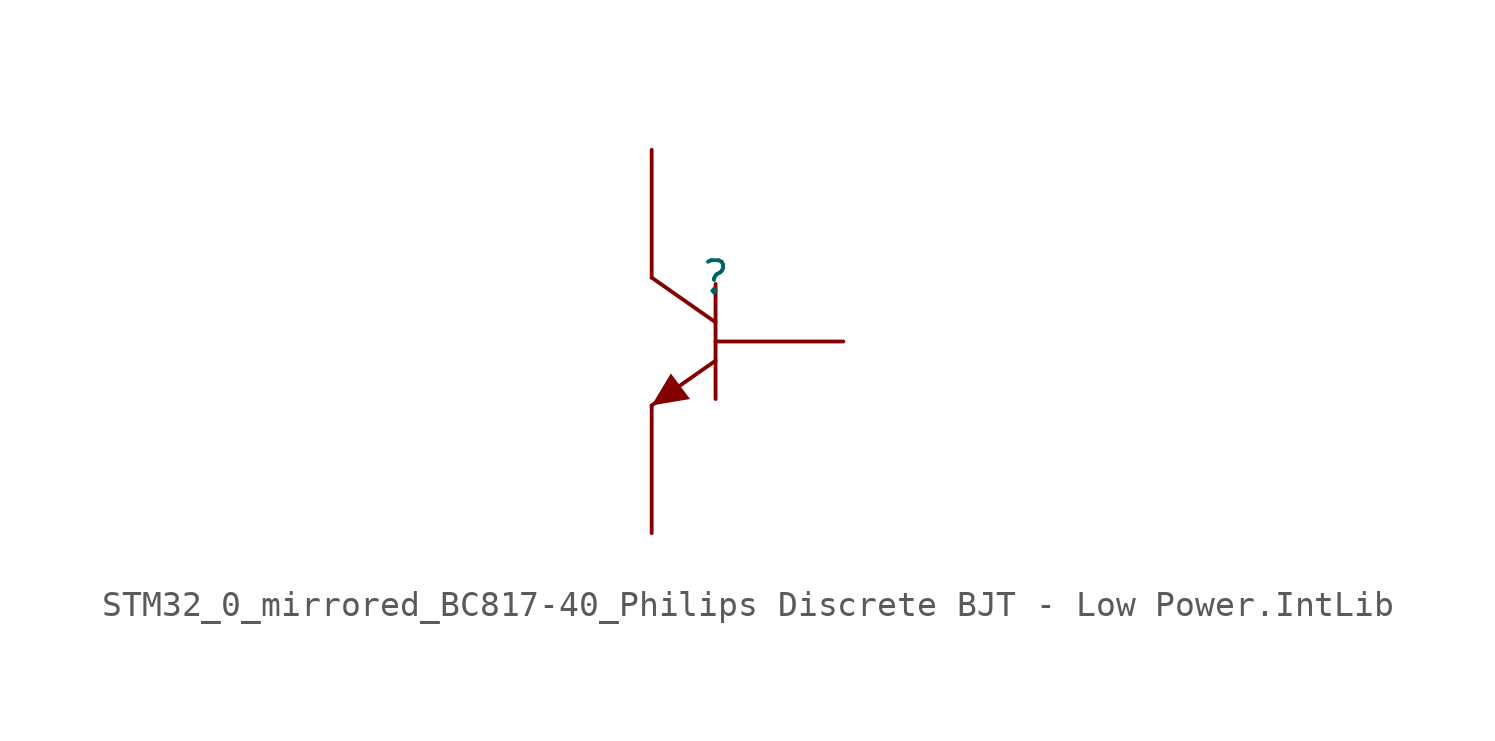
<source format=kicad_sym>
(kicad_symbol_lib
  (version 20241209)
  (generator "kicad_symbol_editor")
  (generator_version "9.0")
  (symbol "STM32_0_mirrored_BC817-40_Philips Discrete BJT - Low Power.IntLib"
    (pin_numbers
      (hide yes))
    (pin_names
      (hide yes))
    (property "Reference" ""
      (at 0 0 0)
      (effects (font (size 1.27 1.27))))
    (property "Value" ""
      (at 0 0 0)
      (effects (font (size 1.27 1.27))))
    (symbol "STM32_0_mirrored_BC817-40_Philips Discrete BJT - Low Power.IntLib_1_0"
      (polyline (pts (xy -2.54 0) (xy 0 -1.778)) (stroke (width 0) (type solid)) (fill (type none)))
      (polyline (pts (xy -2.54 -5.08) (xy -1.778 -3.81) (xy -1.016 -4.826) (xy -2.54 -5.08)) (stroke (width -0.0001) (type solid)) (fill (type outline)))
      (polyline (pts (xy 0 -0.254) (xy 0 -4.826)) (stroke (width 0) (type solid)) (fill (type none)))
      (polyline (pts (xy 0 -3.302) (xy -2.54 -5.08)) (stroke (width 0) (type solid)) (fill (type none)))
      (pin passive line (at -2.54 5.08 270) (length 5.08) (name "C" (effects (font (size 1.27 1.27)))) (number "3" (effects (font (size 1.27 1.27)))))
      (pin passive line (at -2.54 -10.16 90) (length 5.08) (name "E" (effects (font (size 1.27 1.27)))) (number "2" (effects (font (size 1.27 1.27)))))
      (pin passive line (at 5.08 -2.54 180) (length 5.08) (name "B" (effects (font (size 1.27 1.27)))) (number "1" (effects (font (size 1.27 1.27))))))))
</source>
